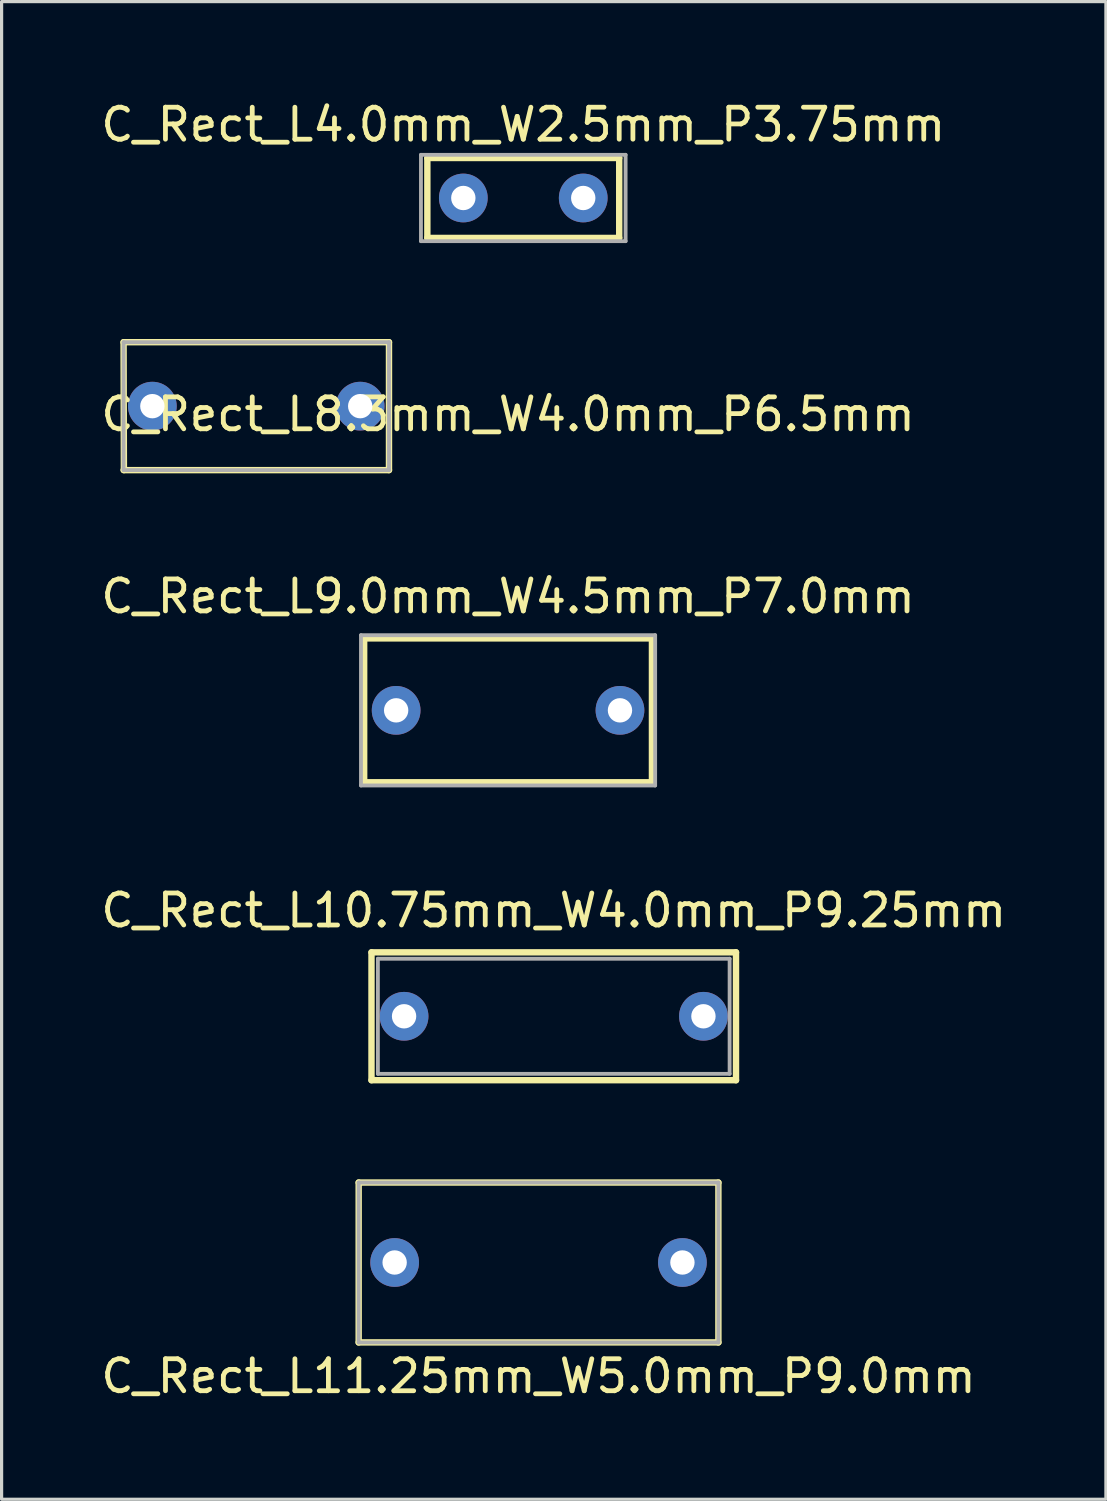
<source format=kicad_pcb>
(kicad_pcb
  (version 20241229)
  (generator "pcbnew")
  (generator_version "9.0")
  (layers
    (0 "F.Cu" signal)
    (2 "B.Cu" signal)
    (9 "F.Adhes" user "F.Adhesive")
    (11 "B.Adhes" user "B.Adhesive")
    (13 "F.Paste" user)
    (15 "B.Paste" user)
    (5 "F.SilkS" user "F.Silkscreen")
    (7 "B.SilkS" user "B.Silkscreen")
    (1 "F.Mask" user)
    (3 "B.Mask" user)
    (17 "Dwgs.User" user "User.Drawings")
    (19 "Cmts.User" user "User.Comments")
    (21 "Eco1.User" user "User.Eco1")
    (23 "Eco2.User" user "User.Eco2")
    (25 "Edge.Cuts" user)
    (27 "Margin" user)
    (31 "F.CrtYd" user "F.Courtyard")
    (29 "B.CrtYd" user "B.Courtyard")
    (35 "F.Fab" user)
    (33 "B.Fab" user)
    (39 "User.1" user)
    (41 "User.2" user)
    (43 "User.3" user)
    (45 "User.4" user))
  (footprint "C_Rect_L9.0mm_W4.5mm_P7.0mm"
    (layer "F.Cu")
    (at 12.839 19.165)
    (property "Reference" "C_Rect_L9.0mm_W4.5mm_P7.0mm" (at 0 -3.564 0) (layer "F.SilkS") (effects (font (size 1 1) (thickness 0.15))))
    (attr through_hole)
    (fp_line (start -4.5 -2.25) (end 4.5 -2.25) (stroke (width 0.2) (type solid)) (layer "F.SilkS"))
    (fp_line (start -4.5 2.25) (end -4.5 -2.25) (stroke (width 0.2) (type solid)) (layer "F.SilkS"))
    (fp_line (start -4.5 2.25) (end 4.5 2.25) (stroke (width 0.2) (type solid)) (layer "F.SilkS"))
    (fp_line (start 4.5 2.25) (end 4.5 -2.25) (stroke (width 0.2) (type solid)) (layer "F.SilkS"))
    (fp_line (start -4.6 -2.35) (end 4.6 -2.35) (stroke (width 0.12) (type solid)) (layer "F.Fab"))
    (fp_line (start -4.6 2.35) (end -4.6 -2.35) (stroke (width 0.12) (type solid)) (layer "F.Fab"))
    (fp_line (start -4.6 2.35) (end 4.6 2.35) (stroke (width 0.12) (type solid)) (layer "F.Fab"))
    (fp_line (start 4.6 -2.35) (end 4.6 2.35) (stroke (width 0.12) (type solid)) (layer "F.Fab"))
    (pad "1" thru_hole circle (at -3.5 0) (size 1.524 1.524) (drill 0.762) (layers "*.Cu" "*.Mask"))
    (pad "2" thru_hole circle (at 3.5 0) (size 1.524 1.524) (drill 0.762) (layers "*.Cu" "*.Mask")))
  (footprint "C_Rect_L11.25mm_W5.0mm_P9.0mm"
    (layer "F.Cu")
    (at 13.792 36.433)
    (property "Reference" "C_Rect_L11.25mm_W5.0mm_P9.0mm" (at 0 3.556 0) (layer "F.SilkS") (effects (font (size 1 1) (thickness 0.15))))
    (attr through_hole)
    (fp_line (start -5.625 -2.5) (end -5.625 2.5) (stroke (width 0.2) (type solid)) (layer "F.SilkS"))
    (fp_line (start -5.625 -2.5) (end 5.625 -2.5) (stroke (width 0.2) (type solid)) (layer "F.SilkS"))
    (fp_line (start -5.625 2.5) (end 5.625 2.5) (stroke (width 0.2) (type solid)) (layer "F.SilkS"))
    (fp_line (start 5.625 -2.5) (end 5.625 2.5) (stroke (width 0.2) (type solid)) (layer "F.SilkS"))
    (fp_line (start -5.625 -2.5) (end -5.625 2.5) (stroke (width 0.12) (type solid)) (layer "F.Fab"))
    (fp_line (start -5.625 -2.5) (end 5.625 -2.5) (stroke (width 0.12) (type solid)) (layer "F.Fab"))
    (fp_line (start -5.625 2.5) (end 5.625 2.5) (stroke (width 0.12) (type solid)) (layer "F.Fab"))
    (fp_line (start 5.625 -2.5) (end 5.625 2.5) (stroke (width 0.12) (type solid)) (layer "F.Fab"))
    (pad "1" thru_hole circle (at -4.5 0) (size 1.524 1.524) (drill 0.762) (layers "*.Cu" "*.Mask"))
    (pad "2" thru_hole circle (at 4.5 0) (size 1.524 1.524) (drill 0.762) (layers "*.Cu" "*.Mask")))
  (footprint "C_Rect_L10.75mm_W4.0mm_P9.25mm"
    (layer "F.Cu")
    (at 14.268 28.733)
    (property "Reference" "C_Rect_L10.75mm_W4.0mm_P9.25mm" (at 0 -3.31 0) (layer "F.SilkS") (effects (font (size 1 1) (thickness 0.15))))
    (attr through_hole)
    (fp_line (start -5.7 -2) (end 5.7 -2) (stroke (width 0.2) (type solid)) (layer "F.SilkS"))
    (fp_line (start -5.7 2) (end -5.7 -2) (stroke (width 0.2) (type solid)) (layer "F.SilkS"))
    (fp_line (start -5.7 2) (end 5.7 2) (stroke (width 0.2) (type solid)) (layer "F.SilkS"))
    (fp_line (start 5.7 2) (end 5.7 -2) (stroke (width 0.2) (type solid)) (layer "F.SilkS"))
    (fp_line (start -5.5 -1.8) (end 5.5 -1.8) (stroke (width 0.12) (type solid)) (layer "F.Fab"))
    (fp_line (start -5.5 1.8) (end -5.5 -1.8) (stroke (width 0.12) (type solid)) (layer "F.Fab"))
    (fp_line (start -5.5 1.8) (end 5.5 1.8) (stroke (width 0.12) (type solid)) (layer "F.Fab"))
    (fp_line (start 5.5 1.8) (end 5.5 -1.8) (stroke (width 0.12) (type solid)) (layer "F.Fab"))
    (pad "1" thru_hole circle (at -4.681 0) (size 1.524 1.524) (drill 0.762) (layers "*.Cu" "*.Mask"))
    (pad "2" thru_hole circle (at 4.681 0) (size 1.524 1.524) (drill 0.762) (layers "*.Cu" "*.Mask")))
  (footprint "C_Rect_L4.0mm_W2.5mm_P3.75mm"
    (layer "F.Cu")
    (at 13.315 3.142)
    (property "Reference" "C_Rect_L4.0mm_W2.5mm_P3.75mm" (at 0 -2.294 0) (layer "F.SilkS") (effects (font (size 1 1) (thickness 0.15))))
    (attr through_hole)
    (fp_line (start -3 -1.25) (end -3 1.25) (stroke (width 0.2) (type solid)) (layer "F.SilkS"))
    (fp_line (start 3 -1.25) (end -3 -1.25) (stroke (width 0.2) (type solid)) (layer "F.SilkS"))
    (fp_line (start 3 -1.25) (end 3 1.25) (stroke (width 0.2) (type solid)) (layer "F.SilkS"))
    (fp_line (start 3 1.25) (end -3 1.25) (stroke (width 0.2) (type solid)) (layer "F.SilkS"))
    (fp_line (start -3.2 -1.35) (end 3.2 -1.35) (stroke (width 0.12) (type solid)) (layer "F.Fab"))
    (fp_line (start -3.2 1.35) (end -3.2 -1.35) (stroke (width 0.12) (type solid)) (layer "F.Fab"))
    (fp_line (start -3.2 1.35) (end 3.2 1.35) (stroke (width 0.12) (type solid)) (layer "F.Fab"))
    (fp_line (start 3.2 1.35) (end 3.2 -1.35) (stroke (width 0.12) (type solid)) (layer "F.Fab"))
    (pad "1" thru_hole circle (at -1.875 0) (size 1.524 1.524) (drill 0.762) (layers "*.Cu" "*.Mask"))
    (pad "2" thru_hole circle (at 1.875 0) (size 1.524 1.524) (drill 0.762) (layers "*.Cu" "*.Mask")))
  (footprint "C_Rect_L8.3mm_W4.0mm_P6.5mm"
    (layer "F.Cu")
    (at 4.965 9.652)
    (property "Reference" "C_Rect_L8.3mm_W4.0mm_P6.5mm" (at 7.874 0.254 0) (layer "F.SilkS") (effects (font (size 1 1) (thickness 0.15))))
    (attr through_hole)
    (fp_line (start -4.15 -2) (end 4.15 -2) (stroke (width 0.2) (type solid)) (layer "F.SilkS"))
    (fp_line (start -4.14 2) (end -4.15 -2) (stroke (width 0.2) (type solid)) (layer "F.SilkS"))
    (fp_line (start 4.15 2) (end -4.15 2) (stroke (width 0.2) (type solid)) (layer "F.SilkS"))
    (fp_line (start 4.15 2) (end 4.15 -2) (stroke (width 0.2) (type solid)) (layer "F.SilkS"))
    (fp_line (start -4.15 -2) (end 4.15 -2) (stroke (width 0.12) (type solid)) (layer "F.Fab"))
    (fp_line (start -4.15 2) (end -4.15 -2) (stroke (width 0.12) (type solid)) (layer "F.Fab"))
    (fp_line (start -4.15 2) (end 4.15 2) (stroke (width 0.12) (type solid)) (layer "F.Fab"))
    (fp_line (start 4.15 2) (end 4.15 -2) (stroke (width 0.12) (type solid)) (layer "F.Fab"))
    (pad "1" thru_hole circle (at -3.25 0) (size 1.524 1.524) (drill 0.762) (layers "*.Cu" "*.Mask"))
    (pad "2" thru_hole circle (at 3.25 0) (size 1.524 1.524) (drill 0.762) (layers "*.Cu" "*.Mask")))
  (gr_rect
    (start -3 -3)
    (end 31.536 43.837)
    (stroke (width 0.1) (type default))
    (fill no)
    (layer "Edge.Cuts")))
</source>
